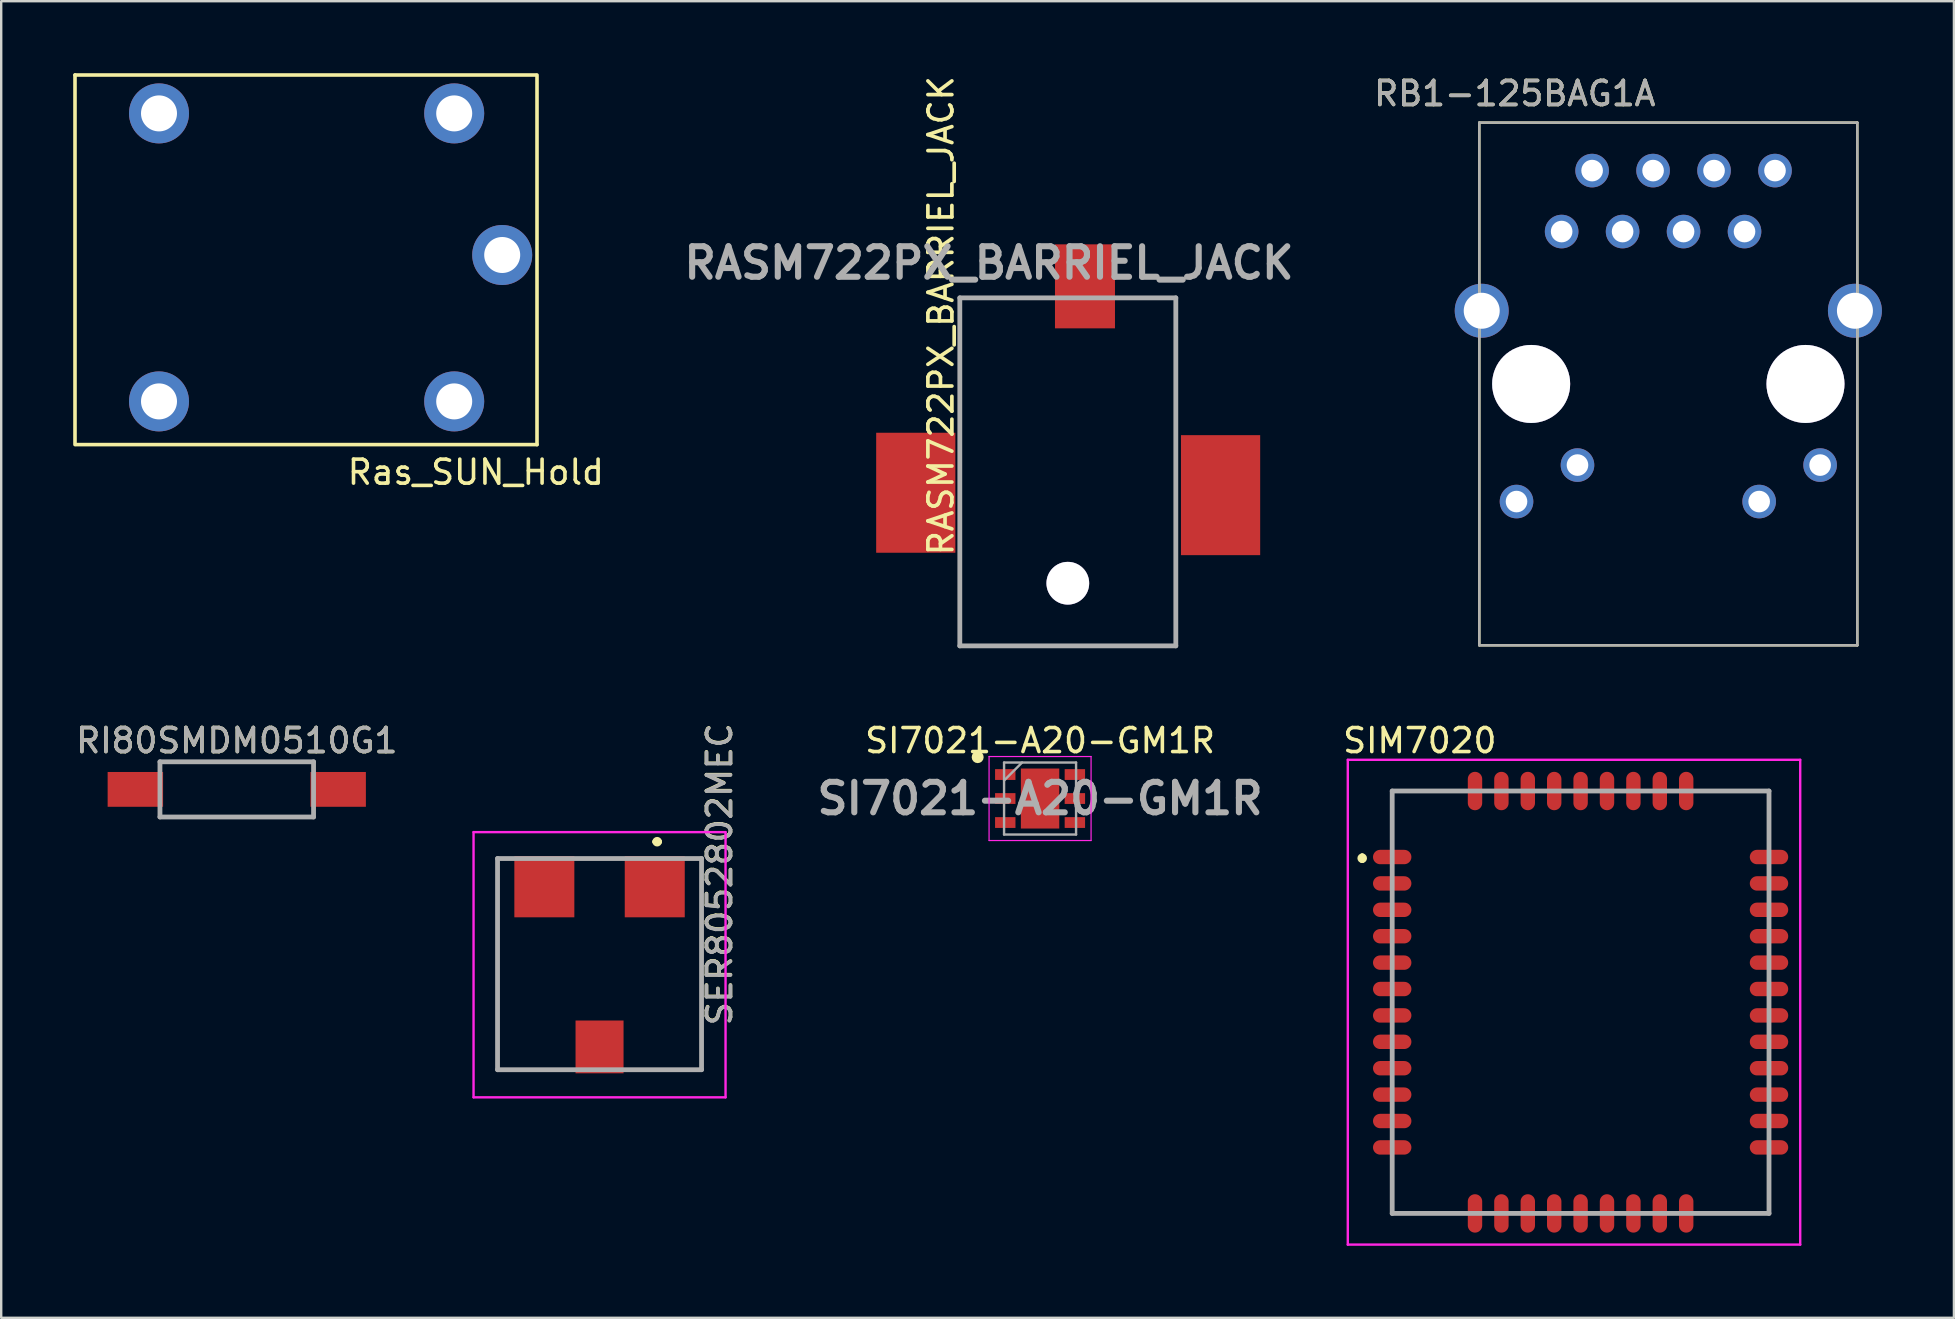
<source format=kicad_pcb>
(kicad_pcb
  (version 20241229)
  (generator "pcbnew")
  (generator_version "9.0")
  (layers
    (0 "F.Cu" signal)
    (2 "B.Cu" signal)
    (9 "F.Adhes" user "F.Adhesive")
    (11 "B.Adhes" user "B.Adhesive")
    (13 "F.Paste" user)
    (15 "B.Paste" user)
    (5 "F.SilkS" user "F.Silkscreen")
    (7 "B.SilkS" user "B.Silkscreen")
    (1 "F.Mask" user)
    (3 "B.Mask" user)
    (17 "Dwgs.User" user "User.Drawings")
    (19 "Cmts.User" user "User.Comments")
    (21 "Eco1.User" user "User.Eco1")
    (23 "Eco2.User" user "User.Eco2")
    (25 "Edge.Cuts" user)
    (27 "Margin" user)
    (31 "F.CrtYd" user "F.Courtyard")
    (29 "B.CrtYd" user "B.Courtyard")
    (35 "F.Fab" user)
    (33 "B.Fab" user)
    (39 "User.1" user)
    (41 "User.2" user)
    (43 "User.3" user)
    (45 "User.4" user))
  (footprint "RASM722PX_BARRIEL_JACK"
    (layer "F.Cu")
    (at 41.657 16.106)
    (property "Reference" "RASM722PX_BARRIEL_JACK" (at -5.5 -6 90) (layer "F.SilkS") (effects (font (size 1 1) (thickness 0.153))))
    (attr through_hole)
    (fp_line (start -4.715 -6.745) (end -1.455 -6.745) (stroke (width 0.1) (type solid)) (layer "F.SilkS"))
    (fp_line (start -4.715 -2.245) (end -4.715 -6.745) (stroke (width 0.1) (type solid)) (layer "F.SilkS"))
    (fp_line (start -4.715 7.755) (end -4.715 5.755) (stroke (width 0.1) (type solid)) (layer "F.SilkS"))
    (fp_line (start 2.545 -6.745) (end 4.285 -6.745) (stroke (width 0.1) (type solid)) (layer "F.SilkS"))
    (fp_line (start 4.285 -6.745) (end 4.285 7.755) (stroke (width 0.1) (type solid)) (layer "F.SilkS"))
    (fp_line (start 4.285 7.755) (end -4.715 7.755) (stroke (width 0.1) (type solid)) (layer "F.SilkS"))
    (fp_line (start -4.715 -6.745) (end 4.285 -6.745) (stroke (width 0.2) (type solid)) (layer "F.Fab"))
    (fp_line (start -4.715 7.755) (end -4.715 -6.745) (stroke (width 0.2) (type solid)) (layer "F.Fab"))
    (fp_line (start 4.285 -6.745) (end 4.285 7.755) (stroke (width 0.2) (type solid)) (layer "F.Fab"))
    (fp_line (start 4.285 7.755) (end -4.715 7.755) (stroke (width 0.2) (type solid)) (layer "F.Fab"))
    (fp_text user "${REFERENCE}" (at -3.5 -8.2 0) (layer "F.Fab") (effects (font (size 1.27 1.27) (thickness 0.254))))
    (pad "1" smd rect (at -6.55 1.375) (size 3.3 5) (layers "F.Cu" "F.Mask" "F.Paste"))
    (pad "2" smd rect (at 6.15 1.475) (size 3.3 5) (layers "F.Cu" "F.Mask" "F.Paste"))
    (pad "3" smd rect (at 0.5 -7.225) (size 2.5 3.5) (layers "F.Cu" "F.Mask" "F.Paste"))
    (pad "LP1" thru_hole circle (at -0.215 5.145) (size 1.78 1.78) (drill 1.78) (layers "*.Cu" "*.Mask")))
  (footprint "SI7021-A20-GM1R"
    (layer "F.Cu")
    (at 40.286 30.222)
    (property "Reference" "SI7021-A20-GM1R" (at 0 -2.413 0) (layer "F.SilkS") (effects (font (size 1 1) (thickness 0.15))))
    (attr smd)
    (fp_circle (center -2.6 -1.725) (end -2.6 -1.6) (stroke (width 0.25) (type solid)) (fill no) (layer "F.SilkS"))
    (fp_line (start -2.125 -1.75) (end 2.125 -1.75) (stroke (width 0.05) (type solid)) (layer "F.CrtYd"))
    (fp_line (start -2.125 1.75) (end -2.125 -1.75) (stroke (width 0.05) (type solid)) (layer "F.CrtYd"))
    (fp_line (start 2.125 -1.75) (end 2.125 1.75) (stroke (width 0.05) (type solid)) (layer "F.CrtYd"))
    (fp_line (start 2.125 1.75) (end -2.125 1.75) (stroke (width 0.05) (type solid)) (layer "F.CrtYd"))
    (fp_line (start -1.5 -1.5) (end 1.5 -1.5) (stroke (width 0.1) (type solid)) (layer "F.Fab"))
    (fp_line (start -1.5 -0.75) (end -0.75 -1.5) (stroke (width 0.1) (type solid)) (layer "F.Fab"))
    (fp_line (start -1.5 1.5) (end -1.5 -1.5) (stroke (width 0.1) (type solid)) (layer "F.Fab"))
    (fp_line (start 1.5 -1.5) (end 1.5 1.5) (stroke (width 0.1) (type solid)) (layer "F.Fab"))
    (fp_line (start 1.5 1.5) (end -1.5 1.5) (stroke (width 0.1) (type solid)) (layer "F.Fab"))
    (fp_text user "${REFERENCE}" (at 0 0 0) (layer "F.Fab") (effects (font (size 1.27 1.27) (thickness 0.254))))
    (pad "1" smd rect (at -1.45 -1 90) (size 0.45 0.85) (layers "F.Cu" "F.Mask" "F.Paste"))
    (pad "2" smd rect (at -1.45 0 90) (size 0.45 0.85) (layers "F.Cu" "F.Mask" "F.Paste"))
    (pad "3" smd rect (at -1.45 1 90) (size 0.45 0.85) (layers "F.Cu" "F.Mask" "F.Paste"))
    (pad "4" smd rect (at 1.45 1 90) (size 0.45 0.85) (layers "F.Cu" "F.Mask" "F.Paste"))
    (pad "5" smd rect (at 1.45 0 90) (size 0.45 0.85) (layers "F.Cu" "F.Mask" "F.Paste"))
    (pad "6" smd rect (at 1.45 -1 90) (size 0.45 0.85) (layers "F.Cu" "F.Mask" "F.Paste"))
    (pad "7" smd rect (at 0 0) (size 1.6 2.5) (layers "F.Cu" "F.Mask" "F.Paste")))
  (footprint "SER8052802MEC"
    (layer "F.Cu")
    (at 21.931 37.121)
    (property "Reference" "SER8052802MEC" (at 5 -3.75 90) (layer "F.SilkS") (effects (font (size 1 1) (thickness 0.15))))
    (attr smd)
    (fp_line (start -4.25 -4.4) (end -4.25 4.4) (stroke (width 0.1) (type solid)) (layer "F.SilkS"))
    (fp_line (start -4.25 4.4) (end -1.5 4.4) (stroke (width 0.1) (type solid)) (layer "F.SilkS"))
    (fp_line (start -4 -4.4) (end -4.25 -4.4) (stroke (width 0.1) (type solid)) (layer "F.SilkS"))
    (fp_line (start 1.5 4.4) (end 4.25 4.4) (stroke (width 0.1) (type solid)) (layer "F.SilkS"))
    (fp_line (start 2.3 -5.1) (end 2.3 -5.1) (stroke (width 0.2) (type solid)) (layer "F.SilkS"))
    (fp_line (start 2.5 -5.1) (end 2.5 -5.1) (stroke (width 0.2) (type solid)) (layer "F.SilkS"))
    (fp_line (start 4.25 -4.4) (end 4 -4.4) (stroke (width 0.1) (type solid)) (layer "F.SilkS"))
    (fp_line (start 4.25 4.4) (end 4.25 -4.4) (stroke (width 0.1) (type solid)) (layer "F.SilkS"))
    (fp_arc (start 2.3 -5.1) (mid 2.4 -5.2) (end 2.5 -5.1) (stroke (width 0.2) (type solid)) (layer "F.SilkS"))
    (fp_arc (start 2.5 -5.1) (mid 2.4 -5) (end 2.3 -5.1) (stroke (width 0.2) (type solid)) (layer "F.SilkS"))
    (fp_line (start -5.25 -5.5) (end 5.25 -5.5) (stroke (width 0.1) (type solid)) (layer "F.CrtYd"))
    (fp_line (start -5.25 5.55) (end -5.25 -5.5) (stroke (width 0.1) (type solid)) (layer "F.CrtYd"))
    (fp_line (start 5.25 -5.5) (end 5.25 5.55) (stroke (width 0.1) (type solid)) (layer "F.CrtYd"))
    (fp_line (start 5.25 5.55) (end -5.25 5.55) (stroke (width 0.1) (type solid)) (layer "F.CrtYd"))
    (fp_line (start -4.25 -4.4) (end 4.25 -4.4) (stroke (width 0.2) (type solid)) (layer "F.Fab"))
    (fp_line (start -4.25 4.4) (end -4.25 -4.4) (stroke (width 0.2) (type solid)) (layer "F.Fab"))
    (fp_line (start 4.25 -4.4) (end 4.25 4.4) (stroke (width 0.2) (type solid)) (layer "F.Fab"))
    (fp_line (start 4.25 4.4) (end -4.25 4.4) (stroke (width 0.2) (type solid)) (layer "F.Fab"))
    (fp_text user "${REFERENCE}" (at 5 -3.735 270) (layer "F.Fab") (effects (font (size 1 1) (thickness 0.15))))
    (pad "1" smd rect (at 2.3 -3.225) (size 2.5 2.55) (layers "F.Cu" "F.Mask" "F.Paste"))
    (pad "2" smd rect (at -2.3 -3.225) (size 2.5 2.55) (layers "F.Cu" "F.Mask" "F.Paste"))
    (pad "3" smd rect (at 0 3.45) (size 2 2.2) (layers "F.Cu" "F.Mask" "F.Paste")))
  (footprint "RB1-125BAG1A"
    (layer "F.Cu")
    (at 66.463 12.948)
    (property "Reference" "RB1-125BAG1A" (at -6.4 -12.1 0) (layer "F.SilkS") (effects (font (size 1 1) (thickness 0.15))))
    (attr through_hole)
    (fp_line (start -7.875 -10.89) (end 7.875 -10.89) (stroke (width 0.1) (type solid)) (layer "F.SilkS"))
    (fp_line (start -7.875 10.89) (end -7.875 -10.89) (stroke (width 0.1) (type solid)) (layer "F.SilkS"))
    (fp_line (start 7.875 -10.89) (end 7.875 10.89) (stroke (width 0.1) (type solid)) (layer "F.SilkS"))
    (fp_line (start 7.875 10.89) (end -7.875 10.89) (stroke (width 0.1) (type solid)) (layer "F.SilkS"))
    (fp_line (start -7.875 -10.89) (end 7.875 -10.89) (stroke (width 0.1) (type solid)) (layer "F.Fab"))
    (fp_line (start -7.875 10.89) (end -7.875 -10.89) (stroke (width 0.1) (type solid)) (layer "F.Fab"))
    (fp_line (start 7.875 -10.89) (end 7.875 10.89) (stroke (width 0.1) (type solid)) (layer "F.Fab"))
    (fp_line (start 7.875 10.89) (end -7.875 10.89) (stroke (width 0.1) (type solid)) (layer "F.Fab"))
    (fp_text user "${REFERENCE}" (at -6.4 -12.1 0) (layer "F.Fab") (effects (font (size 1 1) (thickness 0.15))))
    (pad "1" thru_hole circle (at -4.445 -6.35) (size 1.4 1.4) (drill 0.9) (layers "*.Cu" "*.Mask"))
    (pad "2" thru_hole circle (at -3.175 -8.89) (size 1.4 1.4) (drill 0.9) (layers "*.Cu" "*.Mask"))
    (pad "3" thru_hole circle (at -1.905 -6.35) (size 1.4 1.4) (drill 0.9) (layers "*.Cu" "*.Mask"))
    (pad "4" thru_hole circle (at -0.635 -8.89) (size 1.4 1.4) (drill 0.9) (layers "*.Cu" "*.Mask"))
    (pad "5" thru_hole circle (at 0.635 -6.35) (size 1.4 1.4) (drill 0.9) (layers "*.Cu" "*.Mask"))
    (pad "6" thru_hole circle (at 1.905 -8.89) (size 1.4 1.4) (drill 0.9) (layers "*.Cu" "*.Mask"))
    (pad "7" thru_hole circle (at 3.175 -6.35) (size 1.4 1.4) (drill 0.9) (layers "*.Cu" "*.Mask"))
    (pad "8" thru_hole circle (at 4.445 -8.89) (size 1.4 1.4) (drill 0.9) (layers "*.Cu" "*.Mask"))
    (pad "9" thru_hole circle (at -7.775 -3.05) (size 2.25 2.25) (drill 1.5) (layers "*.Cu" "*.Mask"))
    (pad "10" thru_hole circle (at 7.775 -3.05) (size 2.25 2.25) (drill 1.5) (layers "*.Cu" "*.Mask"))
    (pad "11" thru_hole circle (at -6.325 4.9) (size 1.4 1.4) (drill 0.9) (layers "*.Cu" "*.Mask"))
    (pad "12" thru_hole circle (at -3.785 3.38) (size 1.4 1.4) (drill 0.9) (layers "*.Cu" "*.Mask"))
    (pad "13" thru_hole circle (at 3.785 4.9) (size 1.4 1.4) (drill 0.9) (layers "*.Cu" "*.Mask"))
    (pad "14" thru_hole circle (at 6.325 3.38) (size 1.4 1.4) (drill 0.9) (layers "*.Cu" "*.Mask"))
    (pad "15" thru_hole circle (at -5.715 0) (size 3.25 3.25) (drill 3.25) (layers "*.Cu" "*.Mask"))
    (pad "16" thru_hole circle (at 5.715 0) (size 3.25 3.25) (drill 3.25) (layers "*.Cu" "*.Mask")))
  (footprint "RI80SMDM0510G1"
    (layer "F.Cu")
    (at 6.815 29.841)
    (property "Reference" "RI80SMDM0510G1" (at 0 -2.032 0) (layer "F.SilkS") (effects (font (size 1 1) (thickness 0.15))))
    (attr smd)
    (fp_line (start -3.2 -1.15) (end 3.2 -1.15) (stroke (width 0.1) (type solid)) (layer "F.SilkS"))
    (fp_line (start -3.2 1.15) (end 3.2 1.15) (stroke (width 0.1) (type solid)) (layer "F.SilkS"))
    (fp_line (start -3.2 -1.15) (end 3.2 -1.15) (stroke (width 0.2) (type solid)) (layer "F.Fab"))
    (fp_line (start -3.2 1.15) (end -3.2 -1.15) (stroke (width 0.2) (type solid)) (layer "F.Fab"))
    (fp_line (start 3.2 -1.15) (end 3.2 1.15) (stroke (width 0.2) (type solid)) (layer "F.Fab"))
    (fp_line (start 3.2 1.15) (end -3.2 1.15) (stroke (width 0.2) (type solid)) (layer "F.Fab"))
    (fp_text user "${REFERENCE}" (at 0 -2.032 0) (layer "F.Fab") (effects (font (size 1 1) (thickness 0.15))))
    (pad "1" smd rect (at -4.225 0 90) (size 1.45 2.31) (layers "F.Cu" "F.Mask" "F.Paste"))
    (pad "2" smd rect (at 4.225 0 90) (size 1.45 2.31) (layers "F.Cu" "F.Mask" "F.Paste")))
  (footprint "SIM7020"
    (layer "F.Cu")
    (at 62.808 38.709)
    (property "Reference" "SIM7020" (at -6.7 -10.9 0) (layer "F.SilkS") (effects (font (size 1 1) (thickness 0.15))))
    (attr smd)
    (fp_line (start -9.1 -6.1) (end -9.1 -6.1) (stroke (width 0.2) (type solid)) (layer "F.SilkS"))
    (fp_line (start -9.1 -5.9) (end -9.1 -5.9) (stroke (width 0.2) (type solid)) (layer "F.SilkS"))
    (fp_line (start -7.85 -8.8) (end -7.85 -7) (stroke (width 0.1) (type solid)) (layer "F.SilkS"))
    (fp_line (start -7.85 8.8) (end -7.85 7) (stroke (width 0.1) (type solid)) (layer "F.SilkS"))
    (fp_line (start -5.5 -8.8) (end -7.85 -8.8) (stroke (width 0.1) (type solid)) (layer "F.SilkS"))
    (fp_line (start -5.5 8.8) (end -7.85 8.8) (stroke (width 0.1) (type solid)) (layer "F.SilkS"))
    (fp_line (start 5.5 -8.8) (end 7.85 -8.8) (stroke (width 0.1) (type solid)) (layer "F.SilkS"))
    (fp_line (start 7.85 -8.8) (end 7.85 -7) (stroke (width 0.1) (type solid)) (layer "F.SilkS"))
    (fp_line (start 7.85 7) (end 7.85 8.8) (stroke (width 0.1) (type solid)) (layer "F.SilkS"))
    (fp_line (start 7.85 8.8) (end 5.5 8.8) (stroke (width 0.1) (type solid)) (layer "F.SilkS"))
    (fp_arc (start -9.1 -6.1) (mid -9 -6) (end -9.1 -5.9) (stroke (width 0.2) (type solid)) (layer "F.SilkS"))
    (fp_arc (start -9.1 -5.9) (mid -9.2 -6) (end -9.1 -6.1) (stroke (width 0.2) (type solid)) (layer "F.SilkS"))
    (fp_line (start -9.7 -10.1) (end 9.15 -10.1) (stroke (width 0.1) (type solid)) (layer "F.CrtYd"))
    (fp_line (start -9.7 10.1) (end -9.7 -10.1) (stroke (width 0.1) (type solid)) (layer "F.CrtYd"))
    (fp_line (start 9.15 -10.1) (end 9.15 10.1) (stroke (width 0.1) (type solid)) (layer "F.CrtYd"))
    (fp_line (start 9.15 10.1) (end -9.7 10.1) (stroke (width 0.1) (type solid)) (layer "F.CrtYd"))
    (fp_line (start -7.85 -8.8) (end 7.85 -8.8) (stroke (width 0.2) (type solid)) (layer "F.Fab"))
    (fp_line (start -7.85 8.8) (end -7.85 -8.8) (stroke (width 0.2) (type solid)) (layer "F.Fab"))
    (fp_line (start 7.85 -8.8) (end 7.85 8.8) (stroke (width 0.2) (type solid)) (layer "F.Fab"))
    (fp_line (start 7.85 8.8) (end -7.85 8.8) (stroke (width 0.2) (type solid)) (layer "F.Fab"))
    (pad "1" smd oval (at -7.85 -6.05 90) (size 0.6 1.6) (layers "F.Cu" "F.Mask" "F.Paste"))
    (pad "2" smd oval (at -7.85 -4.95 90) (size 0.6 1.6) (layers "F.Cu" "F.Mask" "F.Paste"))
    (pad "3" smd oval (at -7.85 -3.85 90) (size 0.6 1.6) (layers "F.Cu" "F.Mask" "F.Paste"))
    (pad "4" smd oval (at -7.85 -2.75 90) (size 0.6 1.6) (layers "F.Cu" "F.Mask" "F.Paste"))
    (pad "5" smd oval (at -7.85 -1.65 90) (size 0.6 1.6) (layers "F.Cu" "F.Mask" "F.Paste"))
    (pad "6" smd oval (at -7.85 -0.55 90) (size 0.6 1.6) (layers "F.Cu" "F.Mask" "F.Paste"))
    (pad "7" smd oval (at -7.85 0.55 90) (size 0.6 1.6) (layers "F.Cu" "F.Mask" "F.Paste"))
    (pad "8" smd oval (at -7.85 1.65 90) (size 0.6 1.6) (layers "F.Cu" "F.Mask" "F.Paste"))
    (pad "9" smd oval (at -7.85 2.75 90) (size 0.6 1.6) (layers "F.Cu" "F.Mask" "F.Paste"))
    (pad "10" smd oval (at -7.85 3.85 90) (size 0.6 1.6) (layers "F.Cu" "F.Mask" "F.Paste"))
    (pad "11" smd oval (at -7.85 4.95 90) (size 0.6 1.6) (layers "F.Cu" "F.Mask" "F.Paste"))
    (pad "12" smd oval (at -7.85 6.05 90) (size 0.6 1.6) (layers "F.Cu" "F.Mask" "F.Paste"))
    (pad "13" smd oval (at -4.4 8.8) (size 0.6 1.6) (layers "F.Cu" "F.Mask" "F.Paste"))
    (pad "14" smd oval (at -3.3 8.8) (size 0.6 1.6) (layers "F.Cu" "F.Mask" "F.Paste"))
    (pad "15" smd oval (at -2.2 8.8) (size 0.6 1.6) (layers "F.Cu" "F.Mask" "F.Paste"))
    (pad "16" smd oval (at -1.1 8.8) (size 0.6 1.6) (layers "F.Cu" "F.Mask" "F.Paste"))
    (pad "17" smd oval (at 0 8.8) (size 0.6 1.6) (layers "F.Cu" "F.Mask" "F.Paste"))
    (pad "18" smd oval (at 1.1 8.8) (size 0.6 1.6) (layers "F.Cu" "F.Mask" "F.Paste"))
    (pad "19" smd oval (at 2.2 8.8) (size 0.6 1.6) (layers "F.Cu" "F.Mask" "F.Paste"))
    (pad "20" smd oval (at 3.3 8.8) (size 0.6 1.6) (layers "F.Cu" "F.Mask" "F.Paste"))
    (pad "21" smd oval (at 4.4 8.8) (size 0.6 1.6) (layers "F.Cu" "F.Mask" "F.Paste"))
    (pad "22" smd oval (at 7.85 6.05 90) (size 0.6 1.6) (layers "F.Cu" "F.Mask" "F.Paste"))
    (pad "23" smd oval (at 7.85 4.95 90) (size 0.6 1.6) (layers "F.Cu" "F.Mask" "F.Paste"))
    (pad "24" smd oval (at 7.85 3.85 90) (size 0.6 1.6) (layers "F.Cu" "F.Mask" "F.Paste"))
    (pad "25" smd oval (at 7.85 2.75 90) (size 0.6 1.6) (layers "F.Cu" "F.Mask" "F.Paste"))
    (pad "26" smd oval (at 7.85 1.65 90) (size 0.6 1.6) (layers "F.Cu" "F.Mask" "F.Paste"))
    (pad "27" smd oval (at 7.85 0.55 90) (size 0.6 1.6) (layers "F.Cu" "F.Mask" "F.Paste"))
    (pad "28" smd oval (at 7.85 -0.55 90) (size 0.6 1.6) (layers "F.Cu" "F.Mask" "F.Paste"))
    (pad "29" smd oval (at 7.85 -1.65 90) (size 0.6 1.6) (layers "F.Cu" "F.Mask" "F.Paste"))
    (pad "30" smd oval (at 7.85 -2.75 90) (size 0.6 1.6) (layers "F.Cu" "F.Mask" "F.Paste"))
    (pad "31" smd oval (at 7.85 -3.85 90) (size 0.6 1.6) (layers "F.Cu" "F.Mask" "F.Paste"))
    (pad "32" smd oval (at 7.85 -4.95 90) (size 0.6 1.6) (layers "F.Cu" "F.Mask" "F.Paste"))
    (pad "33" smd oval (at 7.85 -6.05 90) (size 0.6 1.6) (layers "F.Cu" "F.Mask" "F.Paste"))
    (pad "34" smd oval (at 4.4 -8.8) (size 0.6 1.6) (layers "F.Cu" "F.Mask" "F.Paste"))
    (pad "35" smd oval (at 3.3 -8.8) (size 0.6 1.6) (layers "F.Cu" "F.Mask" "F.Paste"))
    (pad "36" smd oval (at 2.2 -8.8) (size 0.6 1.6) (layers "F.Cu" "F.Mask" "F.Paste"))
    (pad "37" smd oval (at 1.1 -8.8) (size 0.6 1.6) (layers "F.Cu" "F.Mask" "F.Paste"))
    (pad "38" smd oval (at 0 -8.8) (size 0.6 1.6) (layers "F.Cu" "F.Mask" "F.Paste"))
    (pad "39" smd oval (at -1.1 -8.8) (size 0.6 1.6) (layers "F.Cu" "F.Mask" "F.Paste"))
    (pad "40" smd oval (at -2.2 -8.8) (size 0.6 1.6) (layers "F.Cu" "F.Mask" "F.Paste"))
    (pad "41" smd oval (at -3.3 -8.8) (size 0.6 1.6) (layers "F.Cu" "F.Mask" "F.Paste"))
    (pad "42" smd oval (at -4.4 -8.8) (size 0.6 1.6) (layers "F.Cu" "F.Mask" "F.Paste")))
  (footprint "Ras_SUN_Hold"
    (layer "F.Cu")
    (at 3.575 1.675)
    (property "Reference" "Ras_SUN_Hold" (at 13.2 14.95 0) (layer "F.SilkS") (effects (font (size 1 1) (thickness 0.15))))
    (attr through_hole)
    (fp_line (start -3.5 -1.6) (end -3.5 13.8) (stroke (width 0.15) (type solid)) (layer "F.SilkS"))
    (fp_line (start -3.45 13.8) (end 15.75 13.8) (stroke (width 0.15) (type solid)) (layer "F.SilkS"))
    (fp_line (start 15.7 -1.6) (end -3.5 -1.6) (stroke (width 0.15) (type solid)) (layer "F.SilkS"))
    (fp_line (start 15.75 13.8) (end 15.75 -1.6) (stroke (width 0.15) (type solid)) (layer "F.SilkS"))
    (pad "1" thru_hole circle (at 0 0) (size 2.5 2.5) (drill 1.5) (layers "*.Cu" "*.Mask"))
    (pad "2" thru_hole circle (at 12.3 0) (size 2.5 2.5) (drill 1.5) (layers "*.Cu" "*.Mask"))
    (pad "3" thru_hole circle (at 14.3 5.9) (size 2.5 2.5) (drill 1.5) (layers "*.Cu" "*.Mask"))
    (pad "4" thru_hole circle (at 12.3 12) (size 2.5 2.5) (drill 1.5) (layers "*.Cu" "*.Mask"))
    (pad "5" thru_hole circle (at 0 12) (size 2.5 2.5) (drill 1.5) (layers "*.Cu" "*.Mask")))
  (gr_rect
    (start -3 -3)
    (end 78.363 51.859)
    (stroke (width 0.1) (type default))
    (fill no)
    (layer "Edge.Cuts")))
</source>
